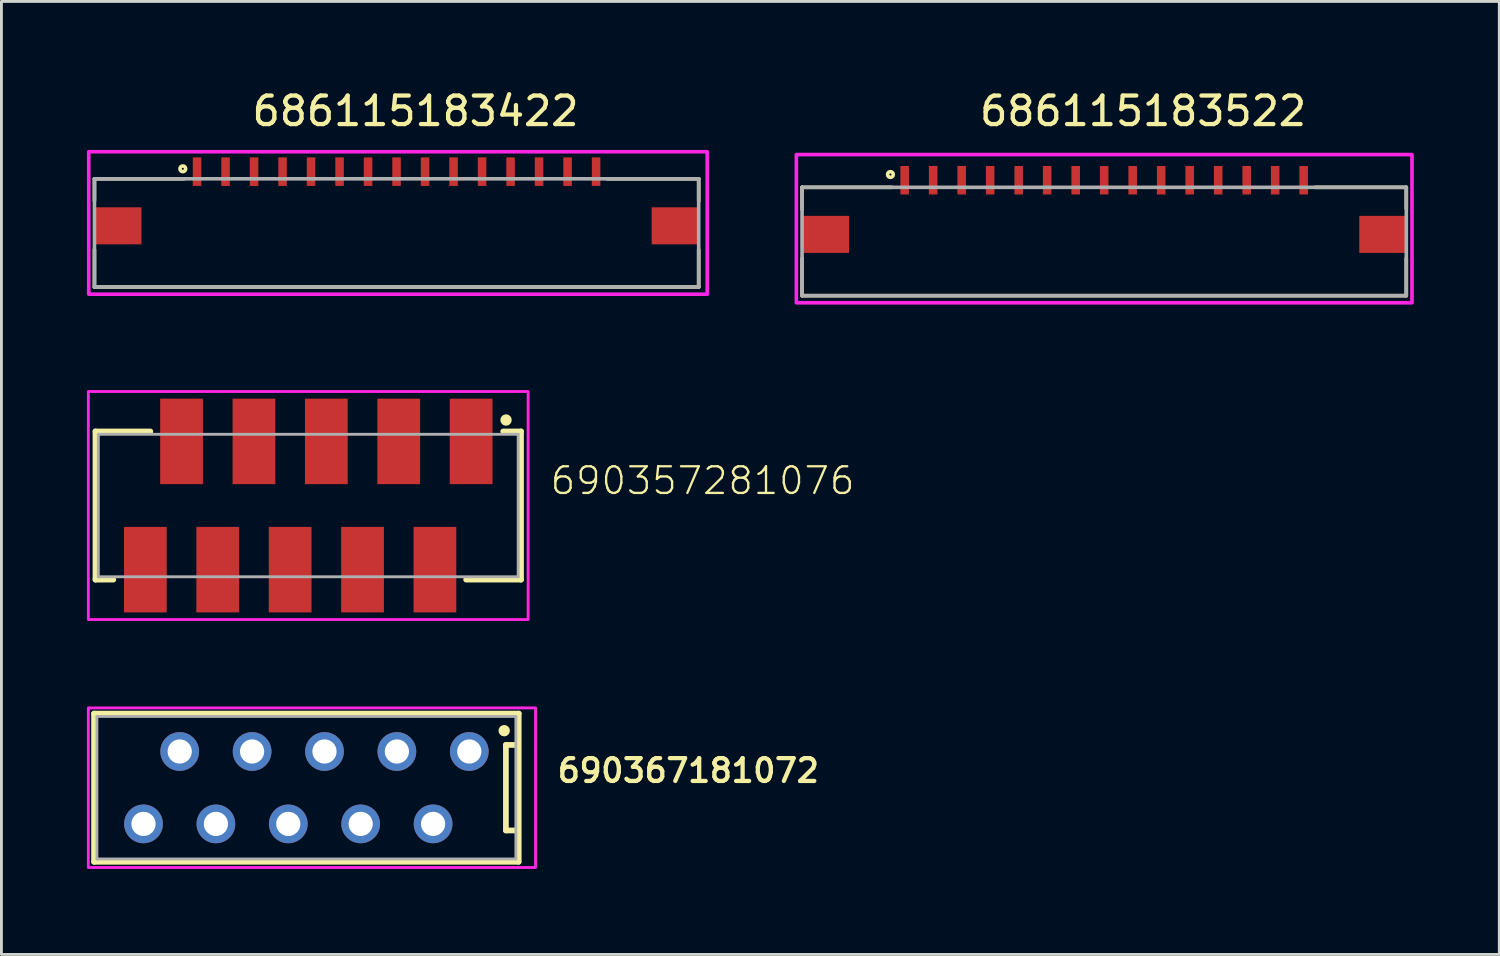
<source format=kicad_pcb>
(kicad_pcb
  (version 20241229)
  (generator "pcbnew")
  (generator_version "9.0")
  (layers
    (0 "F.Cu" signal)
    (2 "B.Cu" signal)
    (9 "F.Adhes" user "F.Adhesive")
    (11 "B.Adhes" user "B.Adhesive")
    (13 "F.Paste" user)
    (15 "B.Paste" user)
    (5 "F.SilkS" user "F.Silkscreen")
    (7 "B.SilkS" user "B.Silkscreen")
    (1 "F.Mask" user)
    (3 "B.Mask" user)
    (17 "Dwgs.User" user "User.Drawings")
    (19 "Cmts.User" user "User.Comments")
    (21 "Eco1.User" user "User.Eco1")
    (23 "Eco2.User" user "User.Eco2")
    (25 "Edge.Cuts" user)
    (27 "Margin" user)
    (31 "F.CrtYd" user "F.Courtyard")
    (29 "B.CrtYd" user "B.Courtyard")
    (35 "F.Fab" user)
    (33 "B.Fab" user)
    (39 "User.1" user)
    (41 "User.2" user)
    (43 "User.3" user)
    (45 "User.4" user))
  (footprint "686115183422"
    (layer "F.Cu")
    (at 10.864 4.873)
    (property "Reference" "686115183422" (at 0.665 -4.025 0) (layer "F.SilkS") (effects (font (size 1 1) (thickness 0.15))))
    (attr smd)
    (fp_line (start -10.6 -1.65) (end -10.6 -0.88) (stroke (width 0.127) (type solid)) (layer "F.SilkS"))
    (fp_line (start -10.6 0.84) (end -10.6 2.15) (stroke (width 0.127) (type solid)) (layer "F.SilkS"))
    (fp_line (start -10.6 2.15) (end 10.6 2.15) (stroke (width 0.127) (type solid)) (layer "F.SilkS"))
    (fp_line (start -7.46 -1.65) (end -10.6 -1.65) (stroke (width 0.127) (type solid)) (layer "F.SilkS"))
    (fp_line (start 7.39 -1.65) (end 10.6 -1.65) (stroke (width 0.127) (type solid)) (layer "F.SilkS"))
    (fp_line (start 10.6 -1.65) (end 10.6 -0.87) (stroke (width 0.127) (type solid)) (layer "F.SilkS"))
    (fp_line (start 10.6 2.15) (end 10.6 0.84) (stroke (width 0.127) (type solid)) (layer "F.SilkS"))
    (fp_circle (center -7.5 -2) (end -7.4 -2) (stroke (width 0.127) (type solid)) (fill no) (layer "F.SilkS"))
    (fp_poly (pts (xy -10.8 -2.6) (xy 10.9 -2.6) (xy 10.9 2.4) (xy -10.8 2.4)) (stroke (width 0.127) (type solid)) (fill no) (layer "F.CrtYd"))
    (fp_line (start -10.6 -1.65) (end 10.6 -1.65) (stroke (width 0.127) (type solid)) (layer "F.Fab"))
    (fp_line (start -10.6 2.15) (end -10.6 -1.65) (stroke (width 0.127) (type solid)) (layer "F.Fab"))
    (fp_line (start 10.6 -1.65) (end 10.6 2.15) (stroke (width 0.127) (type solid)) (layer "F.Fab"))
    (fp_line (start 10.6 2.15) (end -10.6 2.15) (stroke (width 0.127) (type solid)) (layer "F.Fab"))
    (pad "1" smd rect (at -7 -1.9) (size 0.3 1) (layers "F.Cu" "F.Mask" "F.Paste"))
    (pad "2" smd rect (at -6 -1.9) (size 0.3 1) (layers "F.Cu" "F.Mask" "F.Paste"))
    (pad "3" smd rect (at -5 -1.9) (size 0.3 1) (layers "F.Cu" "F.Mask" "F.Paste"))
    (pad "4" smd rect (at -4 -1.9) (size 0.3 1) (layers "F.Cu" "F.Mask" "F.Paste"))
    (pad "5" smd rect (at -3 -1.9) (size 0.3 1) (layers "F.Cu" "F.Mask" "F.Paste"))
    (pad "6" smd rect (at -2 -1.9) (size 0.3 1) (layers "F.Cu" "F.Mask" "F.Paste"))
    (pad "7" smd rect (at -1 -1.9) (size 0.3 1) (layers "F.Cu" "F.Mask" "F.Paste"))
    (pad "8" smd rect (at 0 -1.9) (size 0.3 1) (layers "F.Cu" "F.Mask" "F.Paste"))
    (pad "9" smd rect (at 1 -1.9) (size 0.3 1) (layers "F.Cu" "F.Mask" "F.Paste"))
    (pad "10" smd rect (at 2 -1.9) (size 0.3 1) (layers "F.Cu" "F.Mask" "F.Paste"))
    (pad "11" smd rect (at 3 -1.9) (size 0.3 1) (layers "F.Cu" "F.Mask" "F.Paste"))
    (pad "12" smd rect (at 4 -1.9) (size 0.3 1) (layers "F.Cu" "F.Mask" "F.Paste"))
    (pad "13" smd rect (at 5 -1.9) (size 0.3 1) (layers "F.Cu" "F.Mask" "F.Paste"))
    (pad "14" smd rect (at 6 -1.9) (size 0.3 1) (layers "F.Cu" "F.Mask" "F.Paste"))
    (pad "15" smd rect (at 7 -1.9) (size 0.3 1) (layers "F.Cu" "F.Mask" "F.Paste"))
    (pad "Z1" smd rect (at -9.775 0) (size 1.65 1.3) (layers "F.Cu" "F.Mask" "F.Paste"))
    (pad "Z2" smd rect (at 9.775 0) (size 1.65 1.3) (layers "F.Cu" "F.Mask" "F.Paste")))
  (footprint "686115183522"
    (layer "F.Cu")
    (at 35.691 5.173)
    (property "Reference" "686115183522" (at 1.365 -4.325 0) (layer "F.SilkS") (effects (font (size 1 1) (thickness 0.15))))
    (attr smd)
    (fp_line (start -10.6 -1.65) (end -10.6 -0.88) (stroke (width 0.127) (type solid)) (layer "F.SilkS"))
    (fp_line (start -10.6 0.84) (end -10.6 2.15) (stroke (width 0.127) (type solid)) (layer "F.SilkS"))
    (fp_line (start -10.6 2.15) (end 10.6 2.15) (stroke (width 0.127) (type solid)) (layer "F.SilkS"))
    (fp_line (start -7.45 -1.65) (end -10.6 -1.65) (stroke (width 0.127) (type solid)) (layer "F.SilkS"))
    (fp_line (start 7.4 -1.65) (end 10.6 -1.65) (stroke (width 0.127) (type solid)) (layer "F.SilkS"))
    (fp_line (start 10.6 -1.65) (end 10.6 -0.9) (stroke (width 0.127) (type solid)) (layer "F.SilkS"))
    (fp_line (start 10.6 2.15) (end 10.6 0.84) (stroke (width 0.127) (type solid)) (layer "F.SilkS"))
    (fp_circle (center -7.5 -2.1) (end -7.4 -2.1) (stroke (width 0.127) (type solid)) (fill no) (layer "F.SilkS"))
    (fp_poly (pts (xy -10.8 -2.8) (xy 10.8 -2.8) (xy 10.8 2.4) (xy -10.8 2.4)) (stroke (width 0.127) (type solid)) (fill no) (layer "F.CrtYd"))
    (fp_line (start -10.6 -1.65) (end 10.6 -1.65) (stroke (width 0.127) (type solid)) (layer "F.Fab"))
    (fp_line (start -10.6 2.15) (end -10.6 -1.65) (stroke (width 0.127) (type solid)) (layer "F.Fab"))
    (fp_line (start 10.6 -1.65) (end 10.6 2.15) (stroke (width 0.127) (type solid)) (layer "F.Fab"))
    (fp_line (start 10.6 2.15) (end -10.6 2.15) (stroke (width 0.127) (type solid)) (layer "F.Fab"))
    (pad "1" smd rect (at -7 -1.9) (size 0.3 1) (layers "F.Cu" "F.Mask" "F.Paste"))
    (pad "2" smd rect (at -6 -1.9) (size 0.3 1) (layers "F.Cu" "F.Mask" "F.Paste"))
    (pad "3" smd rect (at -5 -1.9) (size 0.3 1) (layers "F.Cu" "F.Mask" "F.Paste"))
    (pad "4" smd rect (at -4 -1.9) (size 0.3 1) (layers "F.Cu" "F.Mask" "F.Paste"))
    (pad "5" smd rect (at -3 -1.9) (size 0.3 1) (layers "F.Cu" "F.Mask" "F.Paste"))
    (pad "6" smd rect (at -2 -1.9) (size 0.3 1) (layers "F.Cu" "F.Mask" "F.Paste"))
    (pad "7" smd rect (at -1 -1.9) (size 0.3 1) (layers "F.Cu" "F.Mask" "F.Paste"))
    (pad "8" smd rect (at 0 -1.9) (size 0.3 1) (layers "F.Cu" "F.Mask" "F.Paste"))
    (pad "9" smd rect (at 1 -1.9) (size 0.3 1) (layers "F.Cu" "F.Mask" "F.Paste"))
    (pad "10" smd rect (at 2 -1.9) (size 0.3 1) (layers "F.Cu" "F.Mask" "F.Paste"))
    (pad "11" smd rect (at 3 -1.9) (size 0.3 1) (layers "F.Cu" "F.Mask" "F.Paste"))
    (pad "12" smd rect (at 4 -1.9) (size 0.3 1) (layers "F.Cu" "F.Mask" "F.Paste"))
    (pad "13" smd rect (at 5 -1.9) (size 0.3 1) (layers "F.Cu" "F.Mask" "F.Paste"))
    (pad "14" smd rect (at 6 -1.9) (size 0.3 1) (layers "F.Cu" "F.Mask" "F.Paste"))
    (pad "15" smd rect (at 7 -1.9) (size 0.3 1) (layers "F.Cu" "F.Mask" "F.Paste"))
    (pad "Z1" smd rect (at -9.775 0) (size 1.65 1.3) (layers "F.Cu" "F.Mask" "F.Paste"))
    (pad "Z2" smd rect (at 9.775 0) (size 1.65 1.3) (layers "F.Cu" "F.Mask" "F.Paste")))
  (footprint "690357281076"
    (layer "F.Cu")
    (at 7.765 14.687)
    (property "Reference" "690357281076" (at 8.439 -0.324 0) (layer "F.SilkS") (effects (font (size 0.935 0.935) (thickness 0.081)) (justify left bottom)))
    (fp_line (start -7.465 -2.6) (end -7.465 2.6) (stroke (width 0.2) (type solid)) (layer "F.SilkS"))
    (fp_line (start -7.465 2.6) (end -6.84 2.6) (stroke (width 0.2) (type solid)) (layer "F.SilkS"))
    (fp_line (start -5.54 -2.6) (end -7.465 -2.6) (stroke (width 0.2) (type solid)) (layer "F.SilkS"))
    (fp_line (start 6.84 -2.6) (end 7.465 -2.6) (stroke (width 0.2) (type solid)) (layer "F.SilkS"))
    (fp_line (start 7.465 -2.6) (end 7.465 2.6) (stroke (width 0.2) (type solid)) (layer "F.SilkS"))
    (fp_line (start 7.465 2.6) (end 5.54 2.6) (stroke (width 0.2) (type solid)) (layer "F.SilkS"))
    (fp_circle (center 6.94 -3) (end 7.04 -3) (stroke (width 0.2) (type solid)) (fill no) (layer "F.SilkS"))
    (fp_poly (pts (xy 7.715 4) (xy -7.715 4) (xy -7.715 -4) (xy 7.715 -4)) (stroke (width 0.1) (type default)) (fill no) (layer "F.CrtYd"))
    (fp_line (start -7.365 -2.5) (end -7.365 2.5) (stroke (width 0.1) (type solid)) (layer "F.Fab"))
    (fp_line (start -7.365 2.5) (end 7.365 2.5) (stroke (width 0.1) (type solid)) (layer "F.Fab"))
    (fp_line (start 7.365 -2.5) (end -7.365 -2.5) (stroke (width 0.1) (type solid)) (layer "F.Fab"))
    (fp_line (start 7.365 2.5) (end 7.365 -2.5) (stroke (width 0.1) (type solid)) (layer "F.Fab"))
    (pad "1" smd rect (at 5.715 -2.25) (size 1.5 3) (layers "F.Cu" "F.Mask" "F.Paste"))
    (pad "2" smd rect (at 4.445 2.25) (size 1.5 3) (layers "F.Cu" "F.Mask" "F.Paste"))
    (pad "3" smd rect (at 3.175 -2.25) (size 1.5 3) (layers "F.Cu" "F.Mask" "F.Paste"))
    (pad "4" smd rect (at 1.905 2.25) (size 1.5 3) (layers "F.Cu" "F.Mask" "F.Paste"))
    (pad "5" smd rect (at 0.635 -2.25) (size 1.5 3) (layers "F.Cu" "F.Mask" "F.Paste"))
    (pad "6" smd rect (at -0.635 2.25) (size 1.5 3) (layers "F.Cu" "F.Mask" "F.Paste"))
    (pad "7" smd rect (at -1.905 -2.25) (size 1.5 3) (layers "F.Cu" "F.Mask" "F.Paste"))
    (pad "8" smd rect (at -3.175 2.25) (size 1.5 3) (layers "F.Cu" "F.Mask" "F.Paste"))
    (pad "9" smd rect (at -4.445 -2.25) (size 1.5 3) (layers "F.Cu" "F.Mask" "F.Paste"))
    (pad "10" smd rect (at -5.715 2.25) (size 1.5 3) (layers "F.Cu" "F.Mask" "F.Paste")))
  (footprint "690367181072"
    (layer "F.Cu")
    (at 7.7 24.587)
    (property "Reference" "690367181072" (at 13.4 -0.6 0) (layer "F.SilkS") (effects (font (size 0.8 0.8) (thickness 0.15))))
    (attr through_hole)
    (fp_line (start -7.45 -2.6) (end 7.45 -2.6) (stroke (width 0.2) (type solid)) (layer "F.SilkS"))
    (fp_line (start -7.45 2.6) (end -7.45 -2.6) (stroke (width 0.2) (type solid)) (layer "F.SilkS"))
    (fp_line (start 7 -1.5) (end 7 1.5) (stroke (width 0.2) (type solid)) (layer "F.SilkS"))
    (fp_line (start 7 1.5) (end 7.4 1.5) (stroke (width 0.2) (type solid)) (layer "F.SilkS"))
    (fp_line (start 7.4 -1.5) (end 7 -1.5) (stroke (width 0.2) (type solid)) (layer "F.SilkS"))
    (fp_line (start 7.44 2.6) (end -7.45 2.6) (stroke (width 0.2) (type solid)) (layer "F.SilkS"))
    (fp_line (start 7.45 -2.6) (end 7.45 2.6) (stroke (width 0.2) (type solid)) (layer "F.SilkS"))
    (fp_circle (center 6.94 -2) (end 7.04 -2) (stroke (width 0.2) (type solid)) (fill no) (layer "F.SilkS"))
    (fp_poly (pts (xy -7.65 -2.8) (xy 8.04 -2.8) (xy 8.04 2.8) (xy -7.65 2.8)) (stroke (width 0.1) (type solid)) (fill no) (layer "F.CrtYd"))
    (fp_line (start -7.35 -2.5) (end -7.35 2.5) (stroke (width 0.1) (type solid)) (layer "F.Fab"))
    (fp_line (start -7.35 2.5) (end 7.35 2.5) (stroke (width 0.1) (type solid)) (layer "F.Fab"))
    (fp_line (start 7.35 -2.5) (end -7.35 -2.5) (stroke (width 0.1) (type solid)) (layer "F.Fab"))
    (fp_line (start 7.35 2.5) (end 7.35 -2.5) (stroke (width 0.1) (type solid)) (layer "F.Fab"))
    (pad "1" thru_hole circle (at 5.715 -1.27) (size 1.358 1.358) (drill 0.85) (layers "*.Cu" "*.Mask"))
    (pad "2" thru_hole circle (at 4.445 1.27) (size 1.358 1.358) (drill 0.85) (layers "*.Cu" "*.Mask"))
    (pad "3" thru_hole circle (at 3.175 -1.27) (size 1.358 1.358) (drill 0.85) (layers "*.Cu" "*.Mask"))
    (pad "4" thru_hole circle (at 1.905 1.27) (size 1.358 1.358) (drill 0.85) (layers "*.Cu" "*.Mask"))
    (pad "5" thru_hole circle (at 0.635 -1.27) (size 1.358 1.358) (drill 0.85) (layers "*.Cu" "*.Mask"))
    (pad "6" thru_hole circle (at -0.635 1.27) (size 1.358 1.358) (drill 0.85) (layers "*.Cu" "*.Mask"))
    (pad "7" thru_hole circle (at -1.905 -1.27) (size 1.358 1.358) (drill 0.85) (layers "*.Cu" "*.Mask"))
    (pad "8" thru_hole circle (at -3.175 1.27) (size 1.358 1.358) (drill 0.85) (layers "*.Cu" "*.Mask"))
    (pad "9" thru_hole circle (at -4.445 -1.27) (size 1.358 1.358) (drill 0.85) (layers "*.Cu" "*.Mask"))
    (pad "10" thru_hole circle (at -5.715 1.27) (size 1.358 1.358) (drill 0.85) (layers "*.Cu" "*.Mask")))
  (gr_rect
    (start -3 -3)
    (end 49.554 30.437)
    (stroke (width 0.1) (type default))
    (fill no)
    (layer "Edge.Cuts")))
</source>
